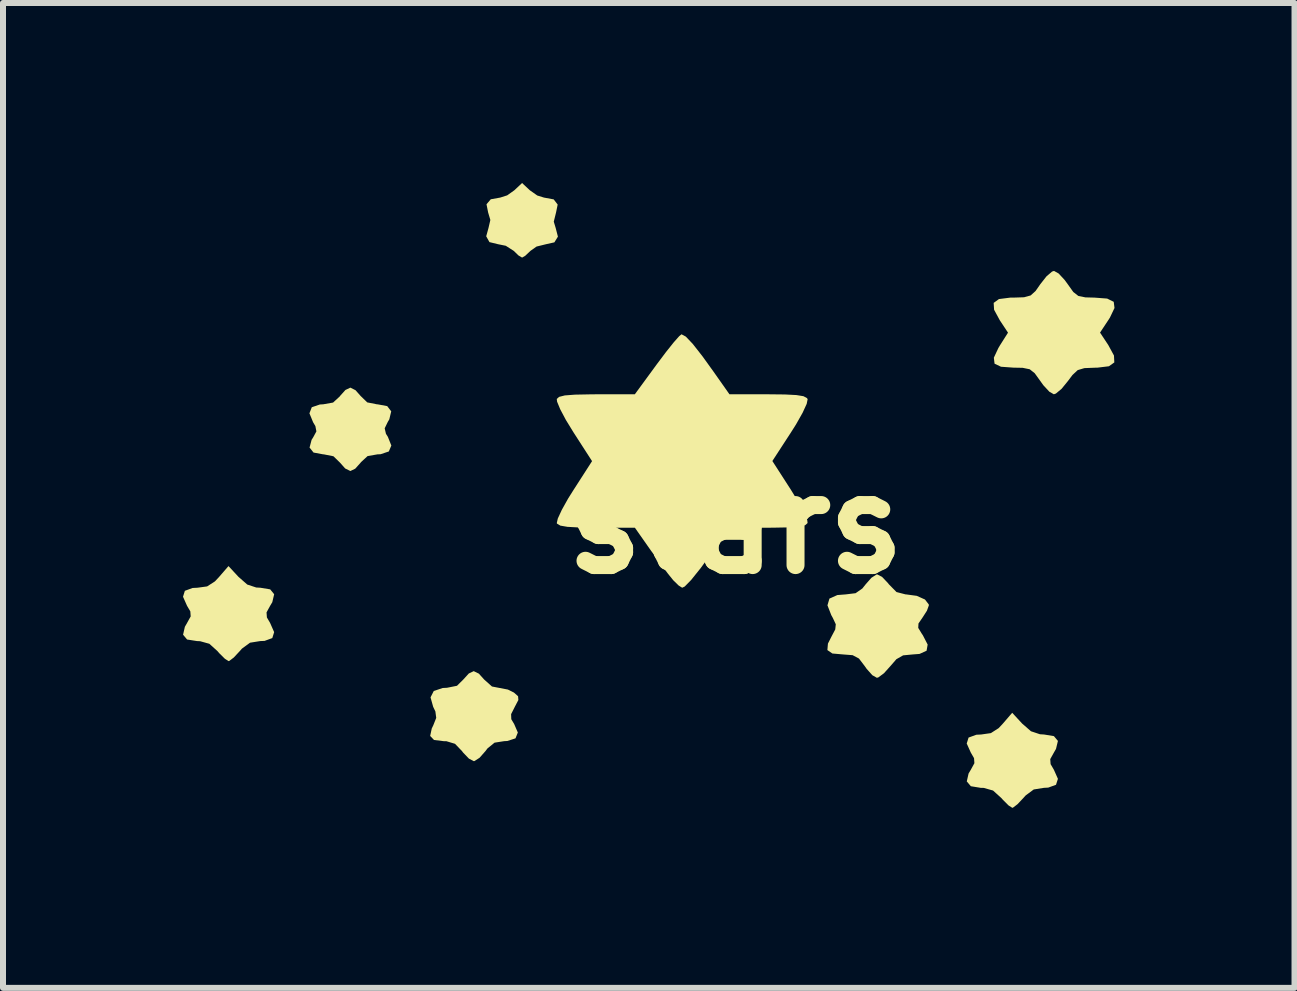
<source format=kicad_pcb>
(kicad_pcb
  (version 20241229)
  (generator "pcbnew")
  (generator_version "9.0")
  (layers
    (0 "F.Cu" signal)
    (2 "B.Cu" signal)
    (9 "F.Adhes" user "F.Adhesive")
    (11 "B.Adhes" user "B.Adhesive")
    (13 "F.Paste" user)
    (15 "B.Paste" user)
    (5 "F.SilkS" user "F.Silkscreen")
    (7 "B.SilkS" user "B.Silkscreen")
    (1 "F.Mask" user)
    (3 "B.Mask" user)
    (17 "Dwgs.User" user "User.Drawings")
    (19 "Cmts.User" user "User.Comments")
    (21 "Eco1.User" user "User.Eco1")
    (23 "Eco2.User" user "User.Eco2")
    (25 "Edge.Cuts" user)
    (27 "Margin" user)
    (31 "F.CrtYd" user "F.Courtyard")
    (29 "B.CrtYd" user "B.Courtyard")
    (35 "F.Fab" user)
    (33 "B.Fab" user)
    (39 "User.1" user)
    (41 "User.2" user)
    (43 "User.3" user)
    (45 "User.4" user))
  (footprint "stars"
    (layer "F.Cu")
    (at 9.208 5.689)
    (property "Reference" "stars" (at 0 0 0) (layer "F.SilkS") (effects (font (size 1.5 1.5) (thickness 0.3))))
    (attr board_only exclude_from_pos_files exclude_from_bom)
    (fp_poly (pts (xy -3.428 -5.568) (xy -3.304 -5.481) (xy -3.192 -5.446) (xy -3.03 -5.416) (xy -2.964 -5.33) (xy -2.991 -5.198) (xy -3.029 -5.045) (xy -2.997 -4.939) (xy -2.96 -4.795) (xy -3.019 -4.7) (xy -3.158 -4.669) (xy -3.316 -4.63) (xy -3.418 -4.558) (xy -3.506 -4.475) (xy -3.557 -4.446) (xy -3.619 -4.483) (xy -3.696 -4.558) (xy -3.829 -4.643) (xy -3.957 -4.669) (xy -4.101 -4.704) (xy -4.155 -4.801) (xy -4.117 -4.939) (xy -4.086 -5.073) (xy -4.123 -5.198) (xy -4.15 -5.335) (xy -4.079 -5.418) (xy -3.922 -5.446) (xy -3.806 -5.483) (xy -3.686 -5.568) (xy -3.557 -5.689)) (stroke (width 0) (type solid)) (fill yes) (layer "F.SilkS"))
    (fp_poly (pts (xy -8.283 0.875) (xy -8.137 1.003) (xy -7.988 1.052) (xy -7.919 1.056) (xy -7.755 1.083) (xy -7.689 1.164) (xy -7.72 1.297) (xy -7.756 1.357) (xy -7.816 1.467) (xy -7.81 1.551) (xy -7.756 1.644) (xy -7.689 1.796) (xy -7.72 1.895) (xy -7.849 1.942) (xy -7.922 1.945) (xy -8.091 1.972) (xy -8.226 2.071) (xy -8.262 2.112) (xy -8.362 2.219) (xy -8.437 2.276) (xy -8.448 2.279) (xy -8.51 2.24) (xy -8.607 2.144) (xy -8.634 2.112) (xy -8.769 1.99) (xy -8.924 1.947) (xy -8.974 1.945) (xy -9.14 1.919) (xy -9.207 1.839) (xy -9.177 1.707) (xy -9.141 1.644) (xy -9.08 1.534) (xy -9.086 1.45) (xy -9.141 1.357) (xy -9.208 1.206) (xy -9.177 1.107) (xy -9.048 1.06) (xy -8.968 1.056) (xy -8.806 1.034) (xy -8.676 0.95) (xy -8.606 0.875) (xy -8.45 0.695)) (stroke (width 0) (type solid)) (fill yes) (layer "F.SilkS"))
    (fp_poly (pts (xy -6.333 -2.236) (xy -6.248 -2.14) (xy -6.138 -2.033) (xy -5.977 -2.001) (xy -5.967 -2.001) (xy -5.805 -1.971) (xy -5.738 -1.884) (xy -5.77 -1.75) (xy -5.795 -1.708) (xy -5.847 -1.601) (xy -5.826 -1.51) (xy -5.794 -1.459) (xy -5.736 -1.314) (xy -5.778 -1.215) (xy -5.916 -1.169) (xy -5.967 -1.167) (xy -6.132 -1.138) (xy -6.243 -1.036) (xy -6.248 -1.028) (xy -6.338 -0.928) (xy -6.419 -0.889) (xy -6.506 -0.932) (xy -6.591 -1.028) (xy -6.701 -1.135) (xy -6.862 -1.167) (xy -6.872 -1.167) (xy -7.033 -1.197) (xy -7.099 -1.28) (xy -7.065 -1.409) (xy -7.039 -1.45) (xy -6.985 -1.55) (xy -7.002 -1.638) (xy -7.04 -1.702) (xy -7.101 -1.851) (xy -7.062 -1.952) (xy -6.927 -1.998) (xy -6.872 -2.001) (xy -6.707 -2.03) (xy -6.596 -2.132) (xy -6.591 -2.14) (xy -6.501 -2.24) (xy -6.419 -2.279)) (stroke (width 0) (type solid)) (fill yes) (layer "F.SilkS"))
    (fp_poly (pts (xy 4.778 3.321) (xy 4.924 3.448) (xy 5.074 3.498) (xy 5.142 3.502) (xy 5.306 3.529) (xy 5.373 3.609) (xy 5.341 3.742) (xy 5.306 3.803) (xy 5.245 3.912) (xy 5.251 3.996) (xy 5.306 4.09) (xy 5.373 4.241) (xy 5.341 4.34) (xy 5.212 4.387) (xy 5.139 4.391) (xy 4.97 4.418) (xy 4.836 4.517) (xy 4.799 4.558) (xy 4.699 4.664) (xy 4.624 4.721) (xy 4.613 4.724) (xy 4.551 4.685) (xy 4.455 4.589) (xy 4.427 4.558) (xy 4.292 4.436) (xy 4.137 4.392) (xy 4.087 4.391) (xy 3.922 4.364) (xy 3.854 4.284) (xy 3.884 4.152) (xy 3.921 4.09) (xy 3.981 3.98) (xy 3.975 3.896) (xy 3.921 3.803) (xy 3.853 3.652) (xy 3.884 3.553) (xy 4.013 3.506) (xy 4.093 3.502) (xy 4.255 3.479) (xy 4.385 3.396) (xy 4.455 3.321) (xy 4.611 3.14)) (stroke (width 0) (type solid)) (fill yes) (layer "F.SilkS"))
    (fp_poly (pts (xy -4.277 2.488) (xy -4.191 2.584) (xy -4.059 2.702) (xy -3.95 2.723) (xy -3.794 2.753) (xy -3.693 2.803) (xy -3.624 2.864) (xy -3.619 2.927) (xy -3.677 3.038) (xy -3.68 3.044) (xy -3.74 3.163) (xy -3.737 3.247) (xy -3.689 3.328) (xy -3.628 3.469) (xy -3.667 3.566) (xy -3.802 3.61) (xy -3.857 3.613) (xy -4.016 3.638) (xy -4.134 3.734) (xy -4.168 3.779) (xy -4.266 3.89) (xy -4.352 3.945) (xy -4.363 3.946) (xy -4.443 3.904) (xy -4.541 3.802) (xy -4.558 3.779) (xy -4.675 3.657) (xy -4.818 3.614) (xy -4.864 3.613) (xy -5.025 3.593) (xy -5.089 3.526) (xy -5.062 3.4) (xy -5.038 3.351) (xy -4.988 3.225) (xy -5.002 3.118) (xy -5.039 3.04) (xy -5.083 2.883) (xy -5.029 2.777) (xy -4.881 2.727) (xy -4.807 2.723) (xy -4.642 2.69) (xy -4.535 2.584) (xy -4.445 2.485) (xy -4.363 2.446)) (stroke (width 0) (type solid)) (fill yes) (layer "F.SilkS"))
    (fp_poly (pts (xy 2.442 0.875) (xy 2.54 0.978) (xy 2.557 1) (xy 2.683 1.128) (xy 2.834 1.167) (xy 2.842 1.167) (xy 3.02 1.191) (xy 3.157 1.252) (xy 3.221 1.335) (xy 3.222 1.35) (xy 3.19 1.439) (xy 3.116 1.554) (xy 3.049 1.652) (xy 3.045 1.725) (xy 3.106 1.825) (xy 3.122 1.848) (xy 3.202 2.003) (xy 3.184 2.106) (xy 3.067 2.159) (xy 2.95 2.168) (xy 2.793 2.183) (xy 2.681 2.247) (xy 2.581 2.362) (xy 2.474 2.481) (xy 2.381 2.55) (xy 2.356 2.557) (xy 2.28 2.514) (xy 2.184 2.406) (xy 2.154 2.363) (xy 2.057 2.236) (xy 1.952 2.18) (xy 1.796 2.168) (xy 1.614 2.152) (xy 1.531 2.095) (xy 1.54 1.987) (xy 1.597 1.874) (xy 1.662 1.751) (xy 1.671 1.665) (xy 1.621 1.558) (xy 1.596 1.513) (xy 1.532 1.349) (xy 1.565 1.237) (xy 1.697 1.178) (xy 1.837 1.167) (xy 2.001 1.147) (xy 2.114 1.068) (xy 2.168 1) (xy 2.265 0.89) (xy 2.351 0.835) (xy 2.362 0.834)) (stroke (width 0) (type solid)) (fill yes) (layer "F.SilkS"))
    (fp_poly (pts (xy 5.385 -4.181) (xy 5.486 -4.072) (xy 5.537 -4.002) (xy 5.629 -3.873) (xy 5.713 -3.807) (xy 5.831 -3.783) (xy 5.984 -3.779) (xy 6.194 -3.763) (xy 6.303 -3.709) (xy 6.316 -3.606) (xy 6.239 -3.445) (xy 6.212 -3.403) (xy 6.075 -3.196) (xy 6.212 -2.989) (xy 6.307 -2.814) (xy 6.313 -2.699) (xy 6.223 -2.635) (xy 6.034 -2.612) (xy 5.99 -2.611) (xy 5.814 -2.604) (xy 5.703 -2.571) (xy 5.615 -2.489) (xy 5.54 -2.389) (xy 5.434 -2.259) (xy 5.339 -2.18) (xy 5.305 -2.168) (xy 5.23 -2.211) (xy 5.129 -2.32) (xy 5.079 -2.39) (xy 4.986 -2.519) (xy 4.903 -2.585) (xy 4.785 -2.609) (xy 4.632 -2.612) (xy 4.424 -2.627) (xy 4.317 -2.678) (xy 4.305 -2.778) (xy 4.38 -2.938) (xy 4.406 -2.982) (xy 4.541 -3.195) (xy 4.404 -3.402) (xy 4.309 -3.577) (xy 4.302 -3.691) (xy 4.39 -3.755) (xy 4.579 -3.779) (xy 4.632 -3.779) (xy 4.809 -3.785) (xy 4.918 -3.815) (xy 5.001 -3.89) (xy 5.079 -4.002) (xy 5.182 -4.133) (xy 5.275 -4.213) (xy 5.308 -4.224)) (stroke (width 0) (type solid)) (fill yes) (layer "F.SilkS"))
    (fp_poly (pts (xy -0.828 -3.129) (xy -0.713 -3.008) (xy -0.55 -2.8) (xy -0.365 -2.543) (xy -0.101 -2.168) (xy 0.535 -2.168) (xy 0.822 -2.165) (xy 1.015 -2.155) (xy 1.132 -2.136) (xy 1.19 -2.105) (xy 1.202 -2.087) (xy 1.186 -2.008) (xy 1.118 -1.86) (xy 1.009 -1.667) (xy 0.923 -1.531) (xy 0.614 -1.056) (xy 0.922 -0.578) (xy 1.049 -0.371) (xy 1.144 -0.192) (xy 1.196 -0.066) (xy 1.201 -0.022) (xy 1.162 0.013) (xy 1.066 0.037) (xy 0.898 0.05) (xy 0.64 0.055) (xy 0.535 0.056) (xy -0.101 0.056) (xy -0.365 0.431) (xy -0.577 0.724) (xy -0.739 0.926) (xy -0.847 1.036) (xy -0.889 1.056) (xy -0.948 1.019) (xy -1.038 0.931) (xy -1.123 0.826) (xy -1.247 0.661) (xy -1.386 0.469) (xy -1.414 0.431) (xy -1.677 0.056) (xy -2.313 0.056) (xy -2.605 0.052) (xy -2.802 0.041) (xy -2.919 0.021) (xy -2.973 -0.011) (xy -2.979 -0.021) (xy -2.962 -0.097) (xy -2.895 -0.242) (xy -2.789 -0.432) (xy -2.699 -0.575) (xy -2.391 -1.054) (xy -2.7 -1.533) (xy -2.827 -1.74) (xy -2.922 -1.919) (xy -2.974 -2.045) (xy -2.979 -2.09) (xy -2.94 -2.125) (xy -2.845 -2.149) (xy -2.676 -2.162) (xy -2.418 -2.167) (xy -2.314 -2.168) (xy -1.678 -2.168) (xy -1.312 -2.668) (xy -1.161 -2.869) (xy -1.032 -3.031) (xy -0.939 -3.136) (xy -0.9 -3.168)) (stroke (width 0) (type solid)) (fill yes) (layer "F.SilkS")))
  (gr_rect
    (start -3 -3)
    (end 18.524 13.413)
    (stroke (width 0.1) (type default))
    (fill no)
    (layer "Edge.Cuts")))
</source>
